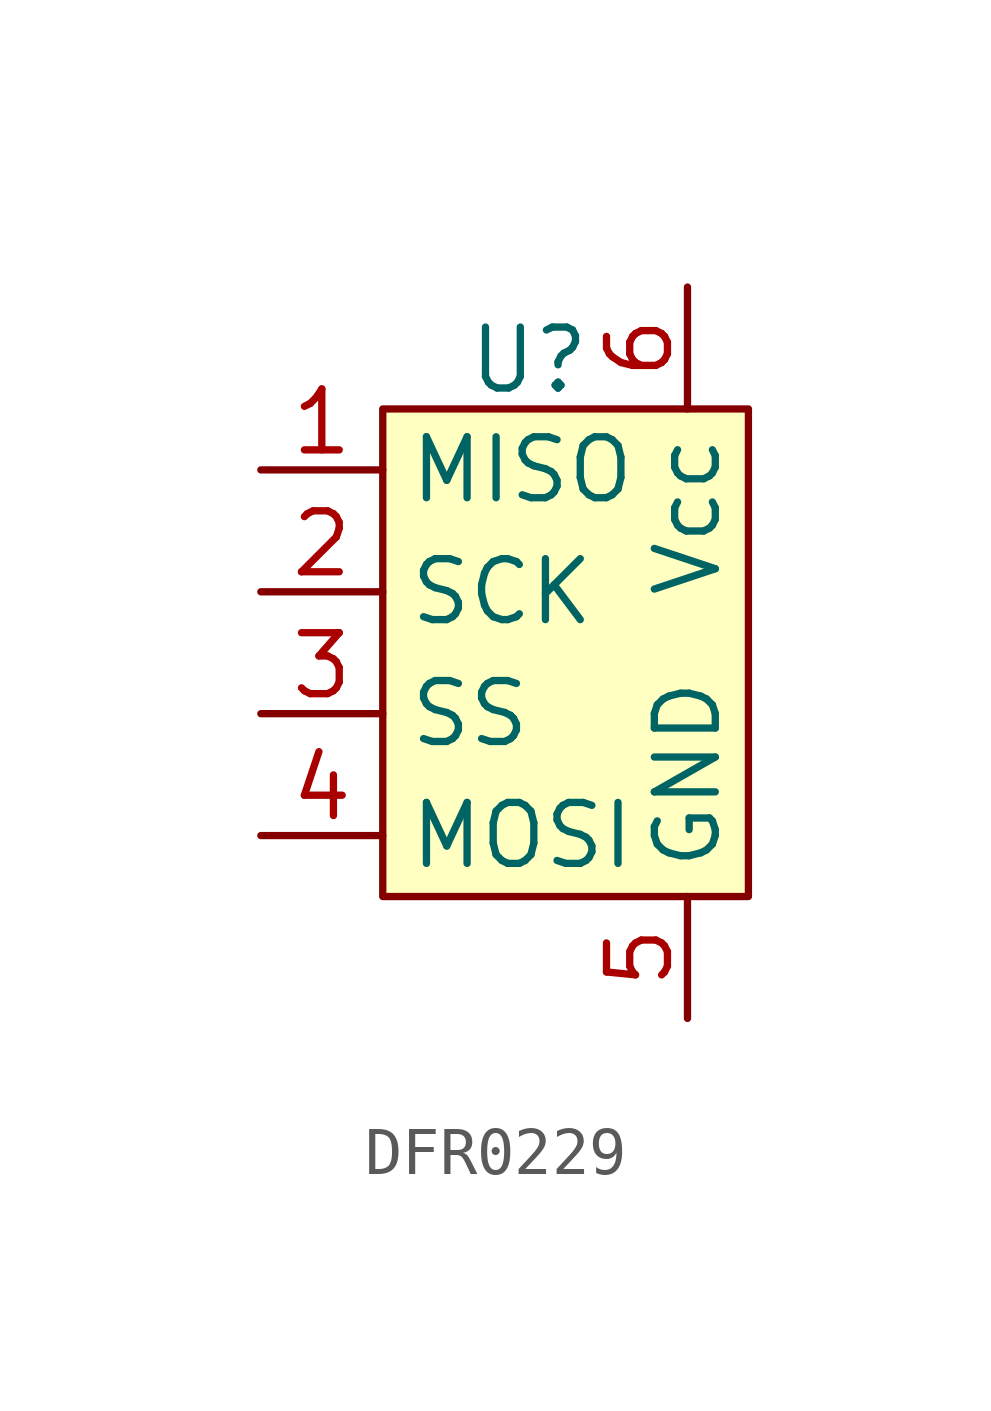
<source format=kicad_sym>
(kicad_symbol_lib
  (version 20241209)
  (generator "kicad_symbol_editor")
  (generator_version "9.0")
  (symbol "DFR0229"
    (property "Reference" "U"
      (at -0.762 6.096 0)
      (effects (font (size 1.27 1.27))))
    (property "Value" ""
      (at -1.27 -2.54 0)
      (effects (font (size 1.27 1.27))))
    (symbol "DFR0229_1_1"
      (rectangle (start -3.81 5.08) (end 3.81 -5.08) (stroke (width 0) (type solid)) (fill (type background)))
      (pin bidirectional line (at -6.35 3.81 0) (length 2.54) (name "MISO" (effects (font (size 1.27 1.27)))) (number "1" (effects (font (size 1.27 1.27)))))
      (pin bidirectional line (at -6.35 1.27 0) (length 2.54) (name "SCK" (effects (font (size 1.27 1.27)))) (number "2" (effects (font (size 1.27 1.27)))))
      (pin bidirectional line (at -6.35 -1.27 0) (length 2.54) (name "SS" (effects (font (size 1.27 1.27)))) (number "3" (effects (font (size 1.27 1.27)))))
      (pin bidirectional line (at -6.35 -3.81 0) (length 2.54) (name "MOSI" (effects (font (size 1.27 1.27)))) (number "4" (effects (font (size 1.27 1.27)))))
      (pin power_in line (at 2.54 7.62 270) (length 2.54) (name "Vcc" (effects (font (size 1.27 1.27)))) (number "6" (effects (font (size 1.27 1.27)))))
      (pin power_in line (at 2.54 -7.62 90) (length 2.54) (name "GND" (effects (font (size 1.27 1.27)))) (number "5" (effects (font (size 1.27 1.27))))))))
</source>
